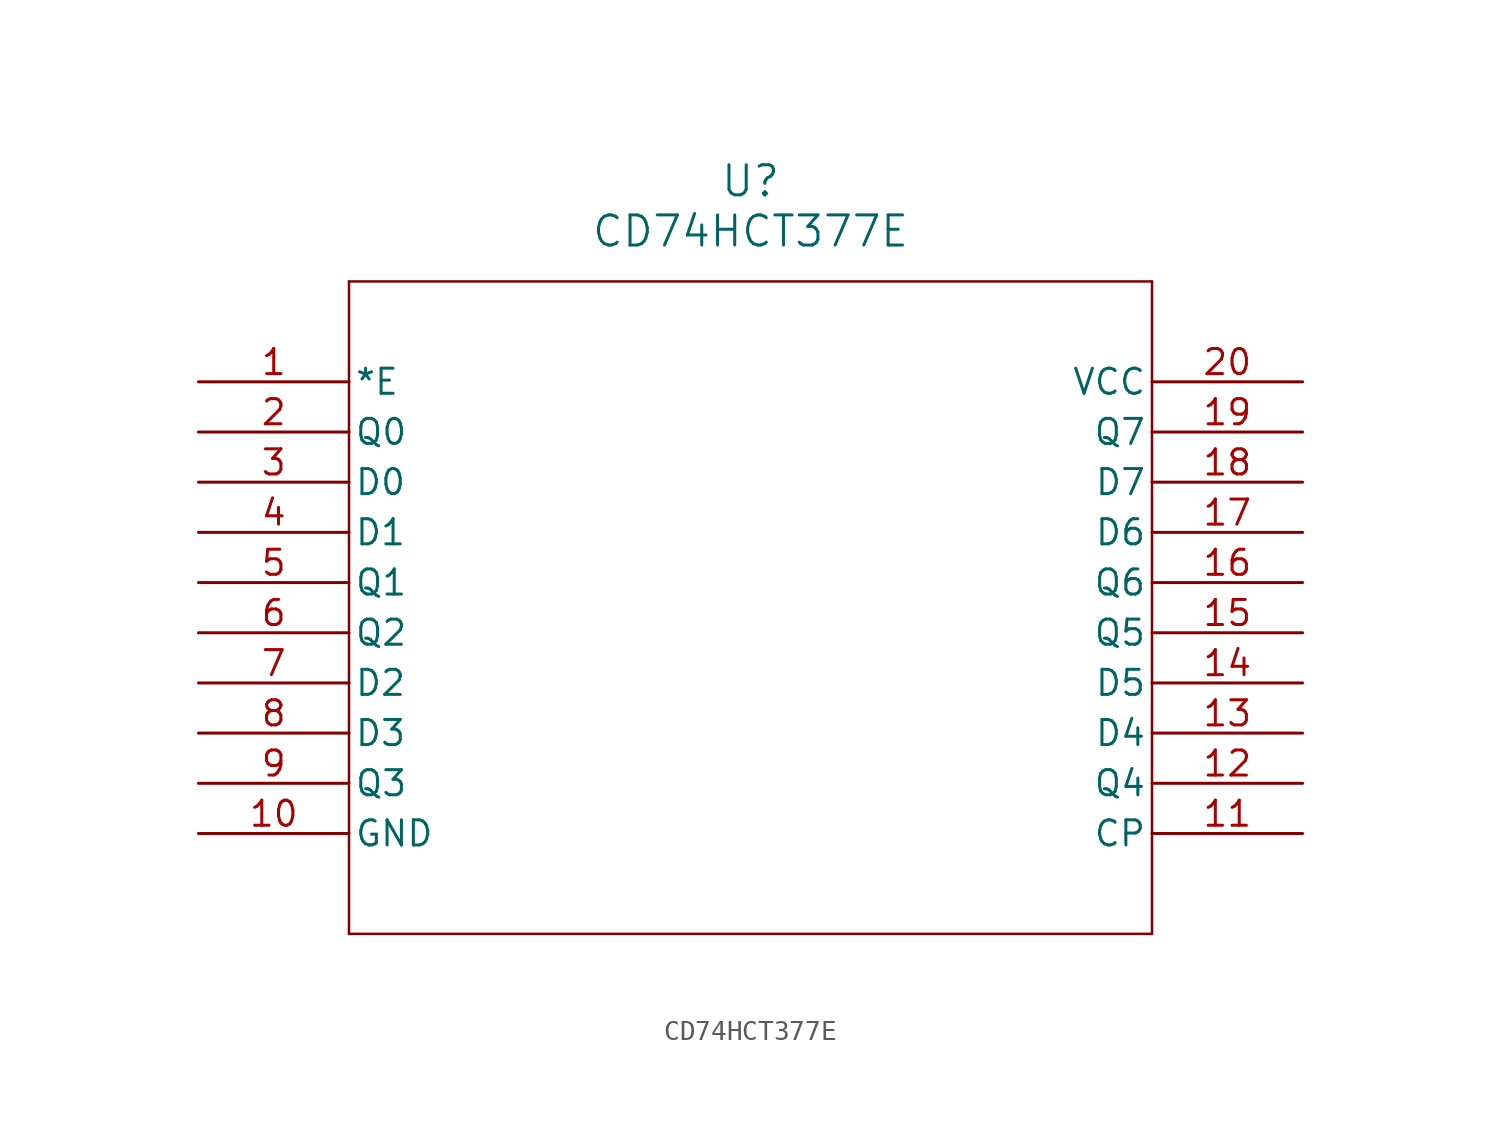
<source format=kicad_sym>
(kicad_symbol_lib
  (version 20211014)
  (generator kicad_symbol_editor)
  (symbol "CD74HCT377E"
    (pin_names
      (offset 0.254))
    (property "Reference" "U"
      (at 27.94 10.16 0)
      (effects (font (size 1.524 1.524))))
    (property "Value" "CD74HCT377E"
      (at 27.94 7.62 0)
      (effects (font (size 1.524 1.524))))
    (symbol "CD74HCT377E_0_1"
      (polyline (pts (xy 7.62 5.08) (xy 7.62 -27.94)) (stroke (width 0.127) (type default) (color 0 0 0 0)) (fill (type none)))
      (polyline (pts (xy 7.62 -27.94) (xy 48.26 -27.94)) (stroke (width 0.127) (type default) (color 0 0 0 0)) (fill (type none)))
      (polyline (pts (xy 48.26 -27.94) (xy 48.26 5.08)) (stroke (width 0.127) (type default) (color 0 0 0 0)) (fill (type none)))
      (polyline (pts (xy 48.26 5.08) (xy 7.62 5.08)) (stroke (width 0.127) (type default) (color 0 0 0 0)) (fill (type none)))
      (pin input line (at 0 0 0) (length 7.62) (name "*E" (effects (font (size 1.27 1.27)))) (number "1" (effects (font (size 1.27 1.27)))))
      (pin output line (at 0 -2.54 0) (length 7.62) (name "Q0" (effects (font (size 1.27 1.27)))) (number "2" (effects (font (size 1.27 1.27)))))
      (pin input line (at 0 -5.08 0) (length 7.62) (name "D0" (effects (font (size 1.27 1.27)))) (number "3" (effects (font (size 1.27 1.27)))))
      (pin input line (at 0 -7.62 0) (length 7.62) (name "D1" (effects (font (size 1.27 1.27)))) (number "4" (effects (font (size 1.27 1.27)))))
      (pin output line (at 0 -10.16 0) (length 7.62) (name "Q1" (effects (font (size 1.27 1.27)))) (number "5" (effects (font (size 1.27 1.27)))))
      (pin output line (at 0 -12.7 0) (length 7.62) (name "Q2" (effects (font (size 1.27 1.27)))) (number "6" (effects (font (size 1.27 1.27)))))
      (pin input line (at 0 -15.24 0) (length 7.62) (name "D2" (effects (font (size 1.27 1.27)))) (number "7" (effects (font (size 1.27 1.27)))))
      (pin input line (at 0 -17.78 0) (length 7.62) (name "D3" (effects (font (size 1.27 1.27)))) (number "8" (effects (font (size 1.27 1.27)))))
      (pin output line (at 0 -20.32 0) (length 7.62) (name "Q3" (effects (font (size 1.27 1.27)))) (number "9" (effects (font (size 1.27 1.27)))))
      (pin power_in line (at 0 -22.86 0) (length 7.62) (name "GND" (effects (font (size 1.27 1.27)))) (number "10" (effects (font (size 1.27 1.27)))))
      (pin input line (at 55.88 -22.86 180) (length 7.62) (name "CP" (effects (font (size 1.27 1.27)))) (number "11" (effects (font (size 1.27 1.27)))))
      (pin output line (at 55.88 -20.32 180) (length 7.62) (name "Q4" (effects (font (size 1.27 1.27)))) (number "12" (effects (font (size 1.27 1.27)))))
      (pin input line (at 55.88 -17.78 180) (length 7.62) (name "D4" (effects (font (size 1.27 1.27)))) (number "13" (effects (font (size 1.27 1.27)))))
      (pin input line (at 55.88 -15.24 180) (length 7.62) (name "D5" (effects (font (size 1.27 1.27)))) (number "14" (effects (font (size 1.27 1.27)))))
      (pin output line (at 55.88 -12.7 180) (length 7.62) (name "Q5" (effects (font (size 1.27 1.27)))) (number "15" (effects (font (size 1.27 1.27)))))
      (pin output line (at 55.88 -10.16 180) (length 7.62) (name "Q6" (effects (font (size 1.27 1.27)))) (number "16" (effects (font (size 1.27 1.27)))))
      (pin input line (at 55.88 -7.62 180) (length 7.62) (name "D6" (effects (font (size 1.27 1.27)))) (number "17" (effects (font (size 1.27 1.27)))))
      (pin input line (at 55.88 -5.08 180) (length 7.62) (name "D7" (effects (font (size 1.27 1.27)))) (number "18" (effects (font (size 1.27 1.27)))))
      (pin output line (at 55.88 -2.54 180) (length 7.62) (name "Q7" (effects (font (size 1.27 1.27)))) (number "19" (effects (font (size 1.27 1.27)))))
      (pin power_in line (at 55.88 0 180) (length 7.62) (name "VCC" (effects (font (size 1.27 1.27)))) (number "20" (effects (font (size 1.27 1.27))))))))
</source>
